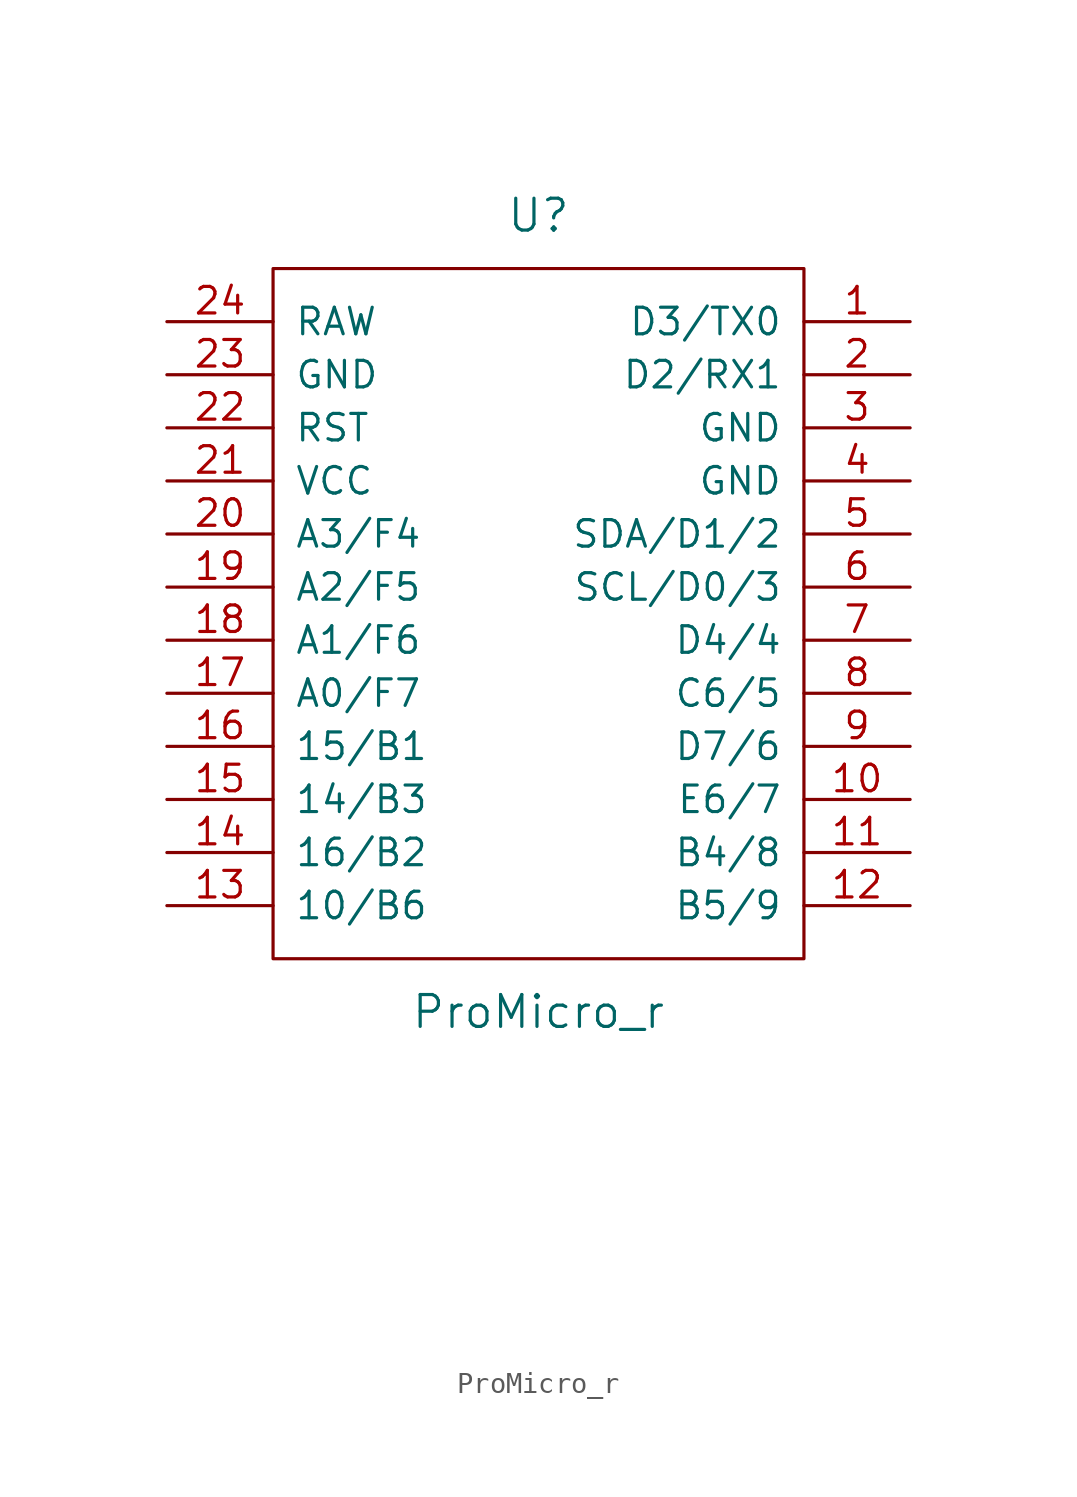
<source format=kicad_sym>
(kicad_symbol_lib
  (version 20201005)
  (generator kicad_symbol_editor)
  (symbol "TPS42:ProMicro_r"
    (pin_names
      (offset 1.016))
    (property "Reference" "U"
      (at 1.27 22.86 0)
      (effects (font (size 1.524 1.524))))
    (property "Value" "ProMicro_r"
      (at 1.27 -15.24 0)
      (effects (font (size 1.524 1.524))))
    (property "Footprint" ""
      (at 3.81 -26.67 0)
      (effects (font (size 1.524 1.524))))
    (property "Datasheet" ""
      (at 3.81 -26.67 0)
      (effects (font (size 1.524 1.524))))
    (symbol "ProMicro_r_0_1"
      (rectangle (start 13.97 20.32) (end -11.43 -12.7) (stroke (width 0)) (fill (type none))))
    (symbol "ProMicro_r_1_1"
      (pin bidirectional line (at 19.05 17.78 180) (length 5.08) (name "D3/TX0" (effects (font (size 1.27 1.27)))) (number "1" (effects (font (size 1.27 1.27)))))
      (pin bidirectional line (at 19.05 -5.08 180) (length 5.08) (name "E6/7" (effects (font (size 1.27 1.27)))) (number "10" (effects (font (size 1.27 1.27)))))
      (pin bidirectional line (at 19.05 -7.62 180) (length 5.08) (name "B4/8" (effects (font (size 1.27 1.27)))) (number "11" (effects (font (size 1.27 1.27)))))
      (pin bidirectional line (at 19.05 -10.16 180) (length 5.08) (name "B5/9" (effects (font (size 1.27 1.27)))) (number "12" (effects (font (size 1.27 1.27)))))
      (pin bidirectional line (at -16.51 -10.16 0) (length 5.08) (name "10/B6" (effects (font (size 1.27 1.27)))) (number "13" (effects (font (size 1.27 1.27)))))
      (pin bidirectional line (at -16.51 -7.62 0) (length 5.08) (name "16/B2" (effects (font (size 1.27 1.27)))) (number "14" (effects (font (size 1.27 1.27)))))
      (pin bidirectional line (at -16.51 -5.08 0) (length 5.08) (name "14/B3" (effects (font (size 1.27 1.27)))) (number "15" (effects (font (size 1.27 1.27)))))
      (pin bidirectional line (at -16.51 -2.54 0) (length 5.08) (name "15/B1" (effects (font (size 1.27 1.27)))) (number "16" (effects (font (size 1.27 1.27)))))
      (pin bidirectional line (at -16.51 0 0) (length 5.08) (name "A0/F7" (effects (font (size 1.27 1.27)))) (number "17" (effects (font (size 1.27 1.27)))))
      (pin bidirectional line (at -16.51 2.54 0) (length 5.08) (name "A1/F6" (effects (font (size 1.27 1.27)))) (number "18" (effects (font (size 1.27 1.27)))))
      (pin bidirectional line (at -16.51 5.08 0) (length 5.08) (name "A2/F5" (effects (font (size 1.27 1.27)))) (number "19" (effects (font (size 1.27 1.27)))))
      (pin bidirectional line (at 19.05 15.24 180) (length 5.08) (name "D2/RX1" (effects (font (size 1.27 1.27)))) (number "2" (effects (font (size 1.27 1.27)))))
      (pin bidirectional line (at -16.51 7.62 0) (length 5.08) (name "A3/F4" (effects (font (size 1.27 1.27)))) (number "20" (effects (font (size 1.27 1.27)))))
      (pin power_in line (at -16.51 10.16 0) (length 5.08) (name "VCC" (effects (font (size 1.27 1.27)))) (number "21" (effects (font (size 1.27 1.27)))))
      (pin input line (at -16.51 12.7 0) (length 5.08) (name "RST" (effects (font (size 1.27 1.27)))) (number "22" (effects (font (size 1.27 1.27)))))
      (pin power_in line (at -16.51 15.24 0) (length 5.08) (name "GND" (effects (font (size 1.27 1.27)))) (number "23" (effects (font (size 1.27 1.27)))))
      (pin power_out line (at -16.51 17.78 0) (length 5.08) (name "RAW" (effects (font (size 1.27 1.27)))) (number "24" (effects (font (size 1.27 1.27)))))
      (pin power_in line (at 19.05 12.7 180) (length 5.08) (name "GND" (effects (font (size 1.27 1.27)))) (number "3" (effects (font (size 1.27 1.27)))))
      (pin power_in line (at 19.05 10.16 180) (length 5.08) (name "GND" (effects (font (size 1.27 1.27)))) (number "4" (effects (font (size 1.27 1.27)))))
      (pin bidirectional line (at 19.05 7.62 180) (length 5.08) (name "SDA/D1/2" (effects (font (size 1.27 1.27)))) (number "5" (effects (font (size 1.27 1.27)))))
      (pin bidirectional line (at 19.05 5.08 180) (length 5.08) (name "SCL/D0/3" (effects (font (size 1.27 1.27)))) (number "6" (effects (font (size 1.27 1.27)))))
      (pin bidirectional line (at 19.05 2.54 180) (length 5.08) (name "D4/4" (effects (font (size 1.27 1.27)))) (number "7" (effects (font (size 1.27 1.27)))))
      (pin bidirectional line (at 19.05 0 180) (length 5.08) (name "C6/5" (effects (font (size 1.27 1.27)))) (number "8" (effects (font (size 1.27 1.27)))))
      (pin bidirectional line (at 19.05 -2.54 180) (length 5.08) (name "D7/6" (effects (font (size 1.27 1.27)))) (number "9" (effects (font (size 1.27 1.27))))))))
</source>
